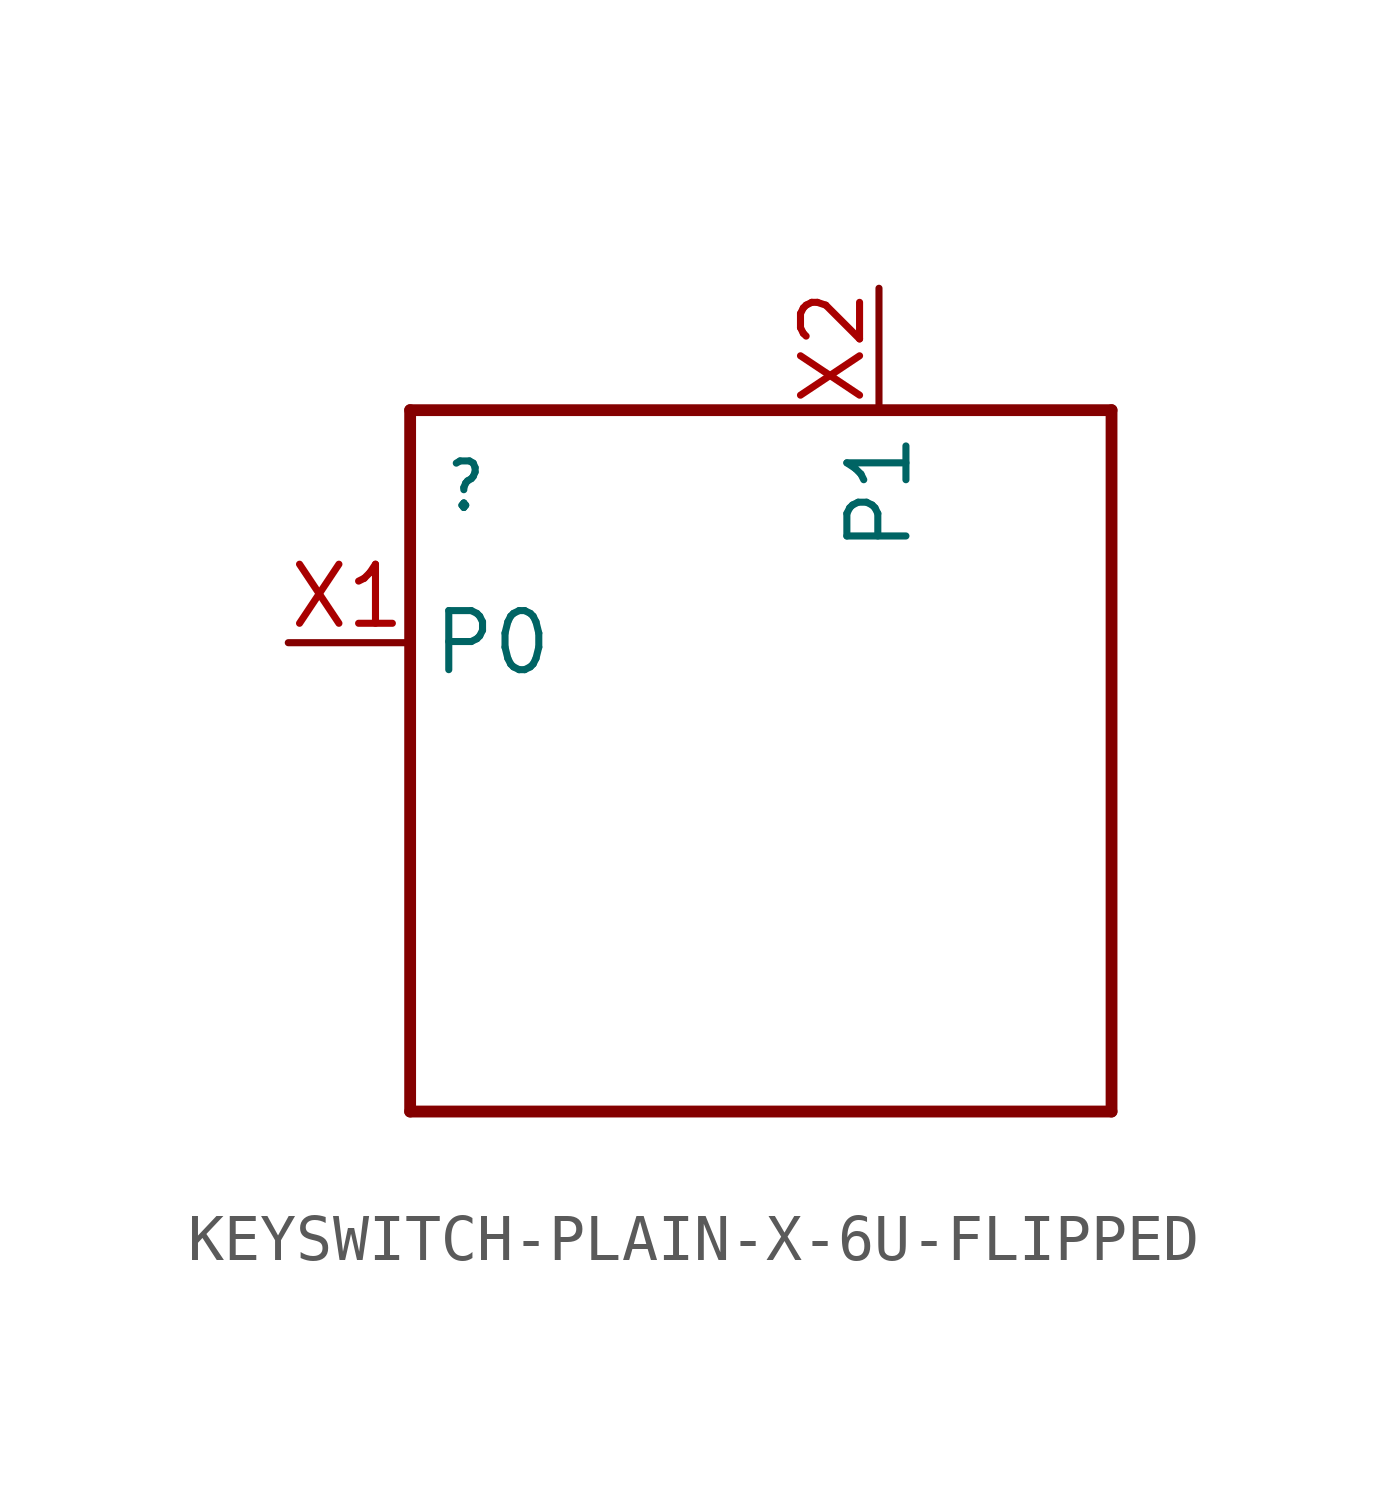
<source format=kicad_sym>
(kicad_symbol_lib
  (version 20211014)
  (generator kicad_symbol_editor)
  (symbol "KEYSWITCH-PLAIN-X-6U-FLIPPED"
    (property "Reference" ""
      (at -6.81 5.318 0)
      (effects (font (size 1 0.85)) (justify left bottom)))
    (property "ki_locked" ""
      (at 0 0 0)
      (effects (font (size 1.27 1.27))))
    (symbol "KEYSWITCH-PLAIN-X-6U-FLIPPED_1_0"
      (polyline (pts (xy -7.54 -7.54) (xy -7.54 7.54)) (stroke (width 0.254) (type default) (color 0 0 0 0)) (fill (type none)))
      (polyline (pts (xy -7.54 7.54) (xy 7.54 7.54)) (stroke (width 0.254) (type default) (color 0 0 0 0)) (fill (type none)))
      (polyline (pts (xy 7.54 -7.54) (xy -7.54 -7.54)) (stroke (width 0.254) (type default) (color 0 0 0 0)) (fill (type none)))
      (polyline (pts (xy 7.54 7.54) (xy 7.54 -7.54)) (stroke (width 0.254) (type default) (color 0 0 0 0)) (fill (type none)))
      (pin bidirectional line (at -10.16 2.54 0) (length 2.54) (name "P0" (effects (font (size 1.27 1.27)))) (number "X1" (effects (font (size 1.27 1.27)))))
      (pin bidirectional line (at 2.54 10.16 270) (length 2.54) (name "P1" (effects (font (size 1.27 1.27)))) (number "X2" (effects (font (size 1.27 1.27))))))))
</source>
